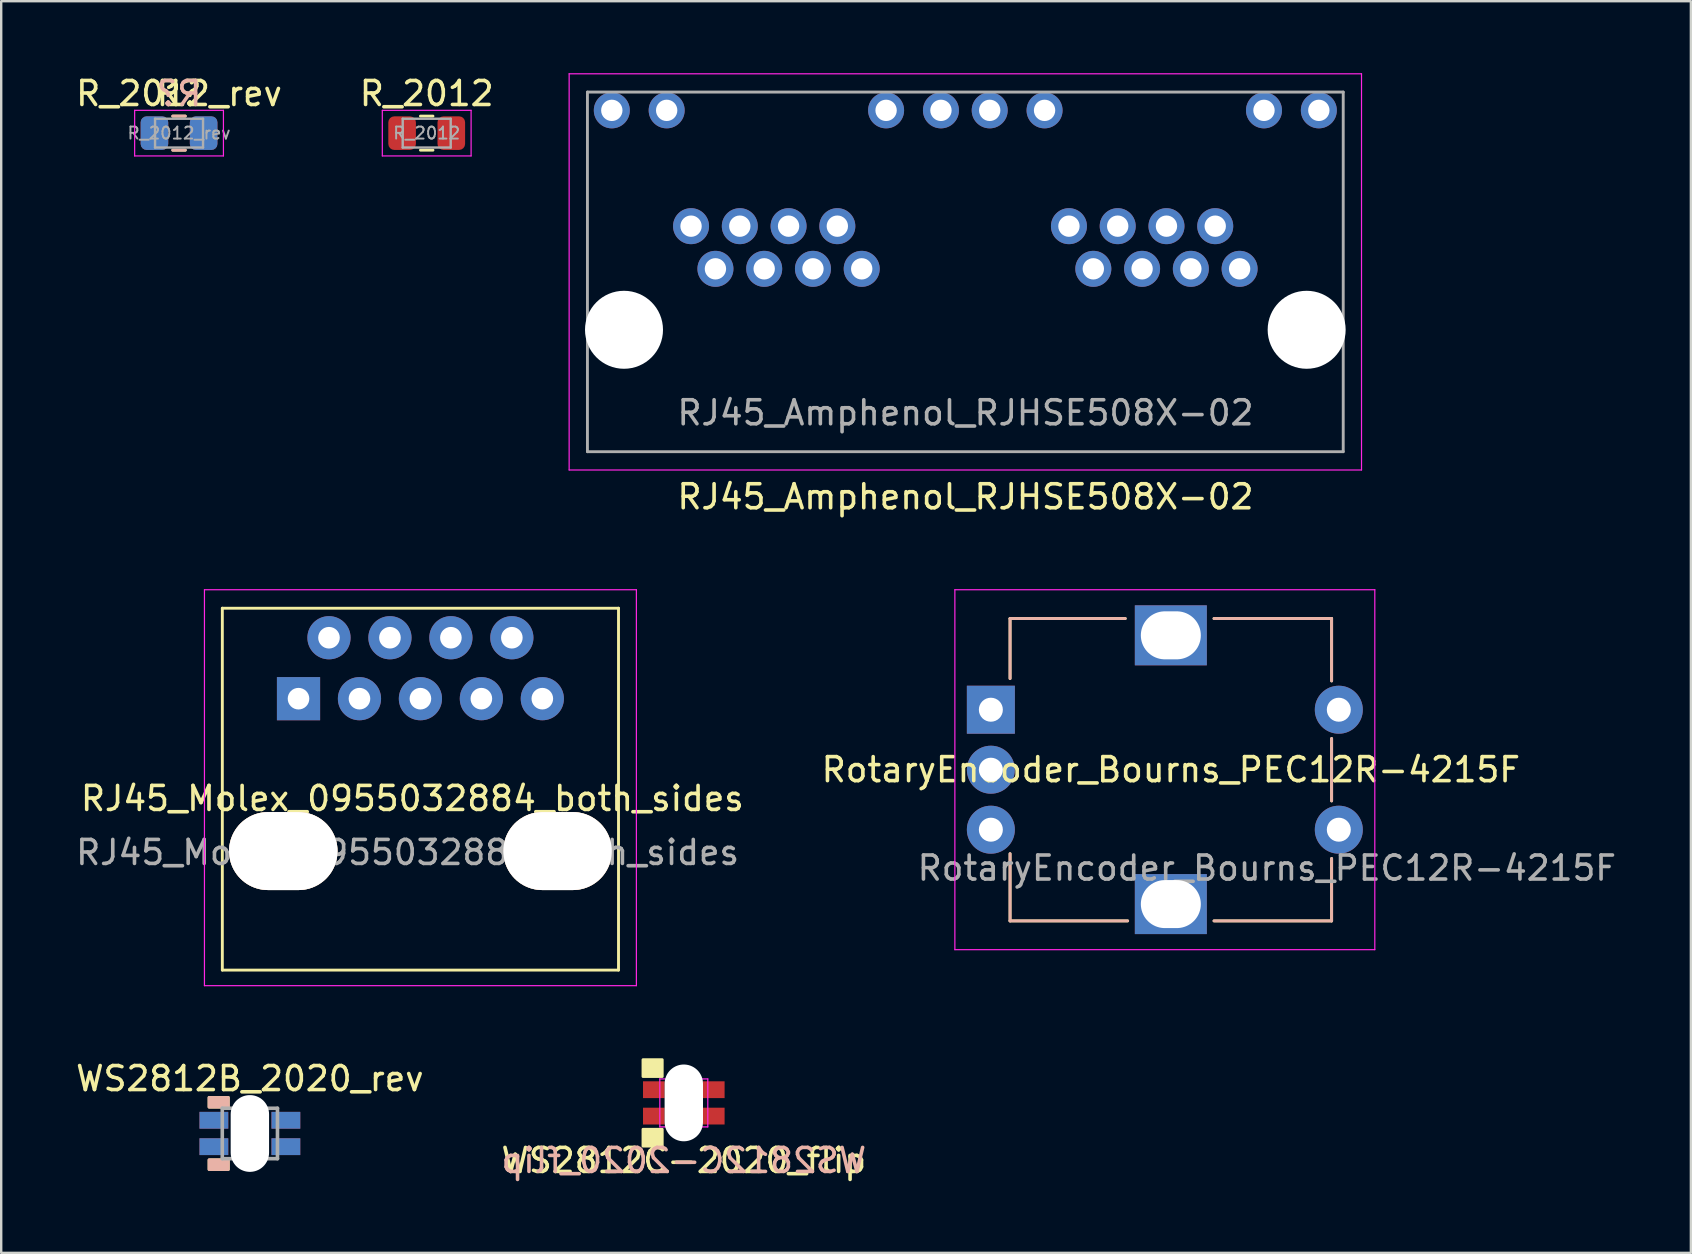
<source format=kicad_pcb>
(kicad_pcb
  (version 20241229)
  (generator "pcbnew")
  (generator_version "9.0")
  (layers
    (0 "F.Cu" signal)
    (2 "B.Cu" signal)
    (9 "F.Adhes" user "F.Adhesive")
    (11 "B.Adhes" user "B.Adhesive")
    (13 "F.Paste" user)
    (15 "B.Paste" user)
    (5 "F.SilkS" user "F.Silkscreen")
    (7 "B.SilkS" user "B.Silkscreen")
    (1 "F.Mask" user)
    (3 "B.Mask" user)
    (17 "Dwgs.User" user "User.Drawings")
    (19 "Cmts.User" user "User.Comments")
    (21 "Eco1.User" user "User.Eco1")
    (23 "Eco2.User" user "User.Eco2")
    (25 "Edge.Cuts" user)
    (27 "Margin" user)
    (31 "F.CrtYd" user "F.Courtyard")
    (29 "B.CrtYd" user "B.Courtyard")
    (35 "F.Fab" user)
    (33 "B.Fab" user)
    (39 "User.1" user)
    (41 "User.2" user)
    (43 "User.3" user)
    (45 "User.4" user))
  (footprint "RotaryEncoder_Bourns_PEC12R-4215F"
    (layer "F.Cu")
    (at 45.742 29.026)
    (property "Reference" "RotaryEncoder_Bourns_PEC12R-4215F" (at 0 0 0) (layer "F.SilkS") (effects (font (size 1 1) (thickness 0.15))))
    (attr through_hole)
    (fp_line (start -6.7 -6.3) (end -6.7 -3.8) (stroke (width 0.12) (type solid)) (layer "F.SilkS"))
    (fp_line (start -6.7 6.3) (end -6.7 3.5) (stroke (width 0.12) (type solid)) (layer "F.SilkS"))
    (fp_line (start -1.9 -6.3) (end -6.7 -6.3) (stroke (width 0.12) (type solid)) (layer "F.SilkS"))
    (fp_line (start -1.8 6.3) (end -6.7 6.3) (stroke (width 0.12) (type solid)) (layer "F.SilkS"))
    (fp_line (start 1.8 -6.3) (end 6.7 -6.3) (stroke (width 0.12) (type solid)) (layer "F.SilkS"))
    (fp_line (start 6.7 -6.3) (end 6.7 -3.7) (stroke (width 0.12) (type solid)) (layer "F.SilkS"))
    (fp_line (start 6.7 -1.3) (end 6.7 1.3) (stroke (width 0.12) (type solid)) (layer "F.SilkS"))
    (fp_line (start 6.7 3.7) (end 6.7 6.3) (stroke (width 0.12) (type solid)) (layer "F.SilkS"))
    (fp_line (start 6.7 6.3) (end 1.8 6.3) (stroke (width 0.12) (type solid)) (layer "F.SilkS"))
    (fp_line (start -6.7 -6.3) (end -6.7 -3.8) (stroke (width 0.12) (type solid)) (layer "B.SilkS"))
    (fp_line (start -6.7 -6.3) (end -1.9 -6.3) (stroke (width 0.12) (type solid)) (layer "B.SilkS"))
    (fp_line (start -6.7 6.3) (end -6.7 3.5) (stroke (width 0.12) (type solid)) (layer "B.SilkS"))
    (fp_line (start -6.7 6.3) (end -1.8 6.3) (stroke (width 0.12) (type solid)) (layer "B.SilkS"))
    (fp_line (start 1.8 6.3) (end 6.7 6.3) (stroke (width 0.12) (type solid)) (layer "B.SilkS"))
    (fp_line (start 6.7 -6.3) (end 1.8 -6.3) (stroke (width 0.12) (type solid)) (layer "B.SilkS"))
    (fp_line (start 6.7 -6.3) (end 6.7 -3.7) (stroke (width 0.12) (type solid)) (layer "B.SilkS"))
    (fp_line (start 6.7 -1.3) (end 6.7 1.3) (stroke (width 0.12) (type solid)) (layer "B.SilkS"))
    (fp_line (start 6.7 3.7) (end 6.7 6.3) (stroke (width 0.12) (type solid)) (layer "B.SilkS"))
    (fp_line (start -9 -7.5) (end -9 7.5) (stroke (width 0.05) (type solid)) (layer "F.CrtYd"))
    (fp_line (start -9 -7.5) (end 8.5 -7.5) (stroke (width 0.05) (type solid)) (layer "F.CrtYd"))
    (fp_line (start 8.5 7.5) (end -9 7.5) (stroke (width 0.05) (type solid)) (layer "F.CrtYd"))
    (fp_line (start 8.5 7.5) (end 8.5 -7.5) (stroke (width 0.05) (type solid)) (layer "F.CrtYd"))
    (fp_text user "${REFERENCE}" (at 4 4.1 0) (layer "F.Fab") (effects (font (size 1 1) (thickness 0.15))))
    (pad "A" thru_hole rect (at -7.5 -2.5) (size 2 2) (drill 1) (layers "*.Cu" "*.Mask"))
    (pad "B" thru_hole circle (at -7.5 2.5) (size 2 2) (drill 1) (layers "*.Cu" "*.Mask"))
    (pad "C" thru_hole circle (at -7.5 0) (size 2 2) (drill 1) (layers "*.Cu" "*.Mask"))
    (pad "MP" thru_hole rect (at 0 -5.6) (size 3 2.5) (drill oval 2.5 2) (layers "*.Cu" "*.Mask"))
    (pad "MP" thru_hole rect (at 0 5.6) (size 3 2.5) (drill oval 2.5 2) (layers "*.Cu" "*.Mask"))
    (pad "S1" thru_hole circle (at 7 -2.5) (size 2 2) (drill 1) (layers "*.Cu" "*.Mask"))
    (pad "S2" thru_hole circle (at 7 2.5) (size 2 2) (drill 1) (layers "*.Cu" "*.Mask")))
  (footprint "WS2812B_2020_rev"
    (layer "F.Cu")
    (at 7.363 44.185)
    (property "Reference" "WS2812B_2020_rev" (at 0 -2.286 0) (layer "F.SilkS") (effects (font (size 1 1) (thickness 0.15))))
    (attr through_hole)
    (fp_rect (start -1.7 -1.5) (end -0.9 -1.1) (stroke (width 0.12) (type solid)) (fill yes) (layer "F.SilkS"))
    (fp_rect (start -1.7 1.1) (end -0.9 1.5) (stroke (width 0.12) (type solid)) (fill yes) (layer "F.SilkS"))
    (fp_rect (start -0.9 -1.5) (end -1.7 -1.1) (stroke (width 0.12) (type solid)) (fill yes) (layer "B.SilkS"))
    (fp_rect (start -0.9 1.1) (end -1.7 1.5) (stroke (width 0.12) (type solid)) (fill yes) (layer "B.SilkS"))
    (fp_line (start -1.15 -1.05) (end -1.15 1.05) (stroke (width 0.15) (type solid)) (layer "F.Fab"))
    (fp_line (start -1.15 -1.05) (end 1.15 -1.05) (stroke (width 0.15) (type solid)) (layer "F.Fab"))
    (fp_line (start 1.15 -1.05) (end 1.15 1.05) (stroke (width 0.15) (type solid)) (layer "F.Fab"))
    (fp_line (start 1.15 1.05) (end -1.15 1.05) (stroke (width 0.15) (type solid)) (layer "F.Fab"))
    (pad "" np_thru_hole oval (at 0 0) (size 1.6 3.2) (drill oval 1.6 3.2) (layers "*.Cu" "*.Mask"))
    (pad "1" smd rect (at -1.5 0.55) (size 1.2 0.7) (layers "F.Cu" "F.Mask" "F.Paste"))
    (pad "2" smd rect (at -1.5 -0.55) (size 1.2 0.7) (layers "F.Cu" "F.Mask" "F.Paste"))
    (pad "3" smd rect (at 1.5 -0.55) (size 1.2 0.7) (layers "F.Cu" "F.Mask" "F.Paste"))
    (pad "4" smd rect (at 1.5 0.55) (size 1.2 0.7) (layers "F.Cu" "F.Mask" "F.Paste"))
    (pad "5" smd rect (at -1.5 -0.55) (size 1.2 0.7) (layers "B.Cu" "B.Mask" "B.Paste"))
    (pad "6" smd rect (at -1.5 0.55) (size 1.2 0.7) (layers "B.Cu" "B.Mask" "B.Paste"))
    (pad "7" smd rect (at 1.5 0.55) (size 1.2 0.7) (layers "B.Cu" "B.Mask" "B.Paste"))
    (pad "8" smd rect (at 1.5 -0.55) (size 1.2 0.7) (layers "B.Cu" "B.Mask" "B.Paste")))
  (footprint "RJ45_Molex_0955032884_both_sides"
    (layer "F.Cu")
    (at 14.47 23.526)
    (property "Reference" "RJ45_Molex_0955032884_both_sides" (at -0.335 6.7 0) (layer "F.SilkS") (effects (font (size 1 1) (thickness 0.15))))
    (attr through_hole)
    (fp_line (start -8.255 -1.23) (end -8.255 13.85) (stroke (width 0.12) (type solid)) (layer "F.SilkS"))
    (fp_line (start 8.255 -1.23) (end -8.255 -1.23) (stroke (width 0.12) (type solid)) (layer "F.SilkS"))
    (fp_line (start 8.255 -1.23) (end 8.255 13.85) (stroke (width 0.12) (type solid)) (layer "F.SilkS"))
    (fp_line (start 8.255 13.85) (end -8.255 13.85) (stroke (width 0.12) (type solid)) (layer "F.SilkS"))
    (fp_line (start -9 -2) (end -9 14.5) (stroke (width 0.05) (type solid)) (layer "F.CrtYd"))
    (fp_line (start -9 -2) (end 9 -2) (stroke (width 0.05) (type solid)) (layer "F.CrtYd"))
    (fp_line (start -9 14.5) (end 9 14.5) (stroke (width 0.05) (type solid)) (layer "F.CrtYd"))
    (fp_line (start 9 -2) (end 9 14.5) (stroke (width 0.05) (type solid)) (layer "F.CrtYd"))
    (fp_text user "${REFERENCE}" (at -0.535 8.95 0) (layer "F.Fab") (effects (font (size 1 1) (thickness 0.15))))
    (pad "" np_thru_hole oval (at -5.715 8.89) (size 4.52 3.25) (drill oval 4.52 3.25) (layers "*.Cu" "*.SilkS" "*.Mask"))
    (pad "" np_thru_hole oval (at 5.715 8.89) (size 4.52 3.25) (drill oval 4.52 3.25) (layers "*.Cu" "*.SilkS" "*.Mask"))
    (pad "1" thru_hole rect (at -5.08 2.54) (size 1.8 1.8) (drill 0.9) (layers "*.Cu" "*.Mask"))
    (pad "2" thru_hole circle (at -3.81 0) (size 1.8 1.8) (drill 0.9) (layers "*.Cu" "*.Mask"))
    (pad "3" thru_hole circle (at -2.54 2.54) (size 1.8 1.8) (drill 0.9) (layers "*.Cu" "*.Mask"))
    (pad "4" thru_hole circle (at -1.27 0) (size 1.8 1.8) (drill 0.9) (layers "*.Cu" "*.Mask"))
    (pad "5" thru_hole circle (at 0 2.54) (size 1.8 1.8) (drill 0.9) (layers "*.Cu" "*.Mask"))
    (pad "6" thru_hole circle (at 1.27 0) (size 1.8 1.8) (drill 0.9) (layers "*.Cu" "*.Mask"))
    (pad "7" thru_hole circle (at 2.54 2.54) (size 1.8 1.8) (drill 0.9) (layers "*.Cu" "*.Mask"))
    (pad "8" thru_hole circle (at 3.81 0) (size 1.8 1.8) (drill 0.9) (layers "*.Cu" "*.Mask"))
    (pad "9" thru_hole circle (at 5.08 2.54) (size 1.8 1.8) (drill 0.9) (layers "*.Cu" "*.Mask")))
  (footprint "R_2012_rev"
    (layer "F.Cu")
    (at 4.411 2.498)
    (property "Reference" "R_2012_rev" (at 0 -1.65 0) (layer "F.SilkS") (effects (font (size 1 1) (thickness 0.15))))
    (attr smd)
    (fp_line (start -0.261 -0.71) (end 0.261 -0.71) (stroke (width 0.12) (type solid)) (layer "F.SilkS"))
    (fp_line (start -0.261 0.71) (end 0.261 0.71) (stroke (width 0.12) (type solid)) (layer "F.SilkS"))
    (fp_line (start -0.261 -0.71) (end 0.261 -0.71) (stroke (width 0.12) (type solid)) (layer "B.SilkS"))
    (fp_line (start -0.261 0.71) (end 0.261 0.71) (stroke (width 0.12) (type solid)) (layer "B.SilkS"))
    (fp_line (start -1.85 -0.95) (end 1.85 -0.95) (stroke (width 0.05) (type solid)) (layer "F.CrtYd"))
    (fp_line (start -1.85 0.95) (end -1.85 -0.95) (stroke (width 0.05) (type solid)) (layer "F.CrtYd"))
    (fp_line (start 1.85 -0.95) (end 1.85 0.95) (stroke (width 0.05) (type solid)) (layer "F.CrtYd"))
    (fp_line (start 1.85 0.95) (end -1.85 0.95) (stroke (width 0.05) (type solid)) (layer "F.CrtYd"))
    (fp_line (start -1 -0.6) (end 1 -0.6) (stroke (width 0.1) (type solid)) (layer "F.Fab"))
    (fp_line (start -1 0.6) (end -1 -0.6) (stroke (width 0.1) (type solid)) (layer "F.Fab"))
    (fp_line (start 1 -0.6) (end 1 0.6) (stroke (width 0.1) (type solid)) (layer "F.Fab"))
    (fp_line (start 1 0.6) (end -1 0.6) (stroke (width 0.1) (type solid)) (layer "F.Fab"))
    (fp_text user "R?" (at 0 -1.65 0) (layer "F.SilkS") (effects (font (size 1 1) (thickness 0.15))))
    (fp_text user "R?" (at 0 -1.65 0) (layer "B.SilkS") (effects (font (size 1 1) (thickness 0.15)) (justify mirror)))
    (fp_text user "${REFERENCE}" (at 0 0 0) (layer "F.Fab") (effects (font (size 0.5 0.5) (thickness 0.08))))
    (pad "1" smd roundrect (at -1.025 0) (size 1.15 1.4) (layers "F.Cu" "F.Mask" "F.Paste") (roundrect_rratio 0.217))
    (pad "1" smd roundrect (at -1.025 0) (size 1.15 1.4) (layers "B.Cu" "B.Mask" "B.Paste") (roundrect_rratio 0.217))
    (pad "2" smd roundrect (at 1.025 0) (size 1.15 1.4) (layers "F.Cu" "F.Mask" "F.Paste") (roundrect_rratio 0.217))
    (pad "2" smd roundrect (at 1.025 0) (size 1.15 1.4) (layers "B.Cu" "B.Mask" "B.Paste") (roundrect_rratio 0.217)))
  (footprint "WS2812C-2020_flip"
    (layer "F.Cu")
    (at 25.446 42.911)
    (property "Reference" "WS2812C-2020_flip" (at 0 2.4 0) (layer "F.SilkS") (effects (font (size 1 1) (thickness 0.15))))
    (attr through_hole)
    (fp_rect (start -0.9 -1.1) (end -1.7 -1.8) (stroke (width 0.12) (type solid)) (fill yes) (layer "F.SilkS"))
    (fp_rect (start -0.9 1.8) (end -1.7 1.1) (stroke (width 0.12) (type solid)) (fill yes) (layer "F.SilkS"))
    (fp_line (start -0.75 0.9) (end -0.75 -0.9) (stroke (width 0.01) (type solid)) (layer "Eco1.User"))
    (fp_line (start -0.6 -1.05) (end 0.6 -1.05) (stroke (width 0.01) (type solid)) (layer "Eco1.User"))
    (fp_line (start 0.6 1.05) (end -0.6 1.05) (stroke (width 0.01) (type solid)) (layer "Eco1.User"))
    (fp_line (start 0.75 -0.9) (end 0.75 0.9) (stroke (width 0.01) (type solid)) (layer "Eco1.User"))
    (fp_arc (start -0.75 -0.9) (mid -0.706066 -1.006066) (end -0.6 -1.05) (stroke (width 0.01) (type solid)) (layer "Eco1.User"))
    (fp_arc (start -0.6 1.05) (mid -0.706066 1.006066) (end -0.75 0.9) (stroke (width 0.01) (type solid)) (layer "Eco1.User"))
    (fp_arc (start 0.6 -1.05) (mid 0.706066 -1.006066) (end 0.75 -0.9) (stroke (width 0.01) (type solid)) (layer "Eco1.User"))
    (fp_arc (start 0.75 0.9) (mid 0.706066 1.006066) (end 0.6 1.05) (stroke (width 0.01) (type solid)) (layer "Eco1.User"))
    (fp_line (start -1 -1) (end -1 1) (stroke (width 0.05) (type solid)) (layer "F.CrtYd"))
    (fp_line (start -1 -1) (end 1 -1) (stroke (width 0.05) (type solid)) (layer "F.CrtYd"))
    (fp_line (start 1 1) (end -1 1) (stroke (width 0.05) (type solid)) (layer "F.CrtYd"))
    (fp_line (start 1 1) (end 1 -1) (stroke (width 0.05) (type solid)) (layer "F.CrtYd"))
    (fp_text user "${REFERENCE}" (at 0 2.4 0) (unlocked yes) (layer "B.SilkS") (effects (font (size 1 1) (thickness 0.15)) (justify mirror)))
    (pad "" np_thru_hole oval (at 0 0) (size 1.6 3.2) (drill oval 1.6 3.2) (layers "*.Cu" "*.Mask"))
    (pad "1" smd rect (at -1.25 0.55) (size 0.9 0.7) (layers "F.Cu" "F.Mask" "F.Paste"))
    (pad "2" smd rect (at -1.25 -0.55) (size 0.9 0.7) (layers "F.Cu" "F.Mask" "F.Paste"))
    (pad "3" smd rect (at 1.25 -0.55) (size 0.9 0.7) (layers "F.Cu" "F.Mask" "F.Paste"))
    (pad "4" smd rect (at 1.25 0.55) (size 0.9 0.7) (layers "F.Cu" "F.Mask" "F.Paste")))
  (footprint "R_2012"
    (layer "F.Cu")
    (at 14.732 2.498)
    (property "Reference" "R_2012" (at 0 -1.65 0) (layer "F.SilkS") (effects (font (size 1 1) (thickness 0.15))))
    (attr smd)
    (fp_line (start -0.261 -0.71) (end 0.261 -0.71) (stroke (width 0.12) (type solid)) (layer "F.SilkS"))
    (fp_line (start -0.261 0.71) (end 0.261 0.71) (stroke (width 0.12) (type solid)) (layer "F.SilkS"))
    (fp_line (start -1.85 -0.95) (end 1.85 -0.95) (stroke (width 0.05) (type solid)) (layer "F.CrtYd"))
    (fp_line (start -1.85 0.95) (end -1.85 -0.95) (stroke (width 0.05) (type solid)) (layer "F.CrtYd"))
    (fp_line (start 1.85 -0.95) (end 1.85 0.95) (stroke (width 0.05) (type solid)) (layer "F.CrtYd"))
    (fp_line (start 1.85 0.95) (end -1.85 0.95) (stroke (width 0.05) (type solid)) (layer "F.CrtYd"))
    (fp_line (start -1 -0.6) (end 1 -0.6) (stroke (width 0.1) (type solid)) (layer "F.Fab"))
    (fp_line (start -1 0.6) (end -1 -0.6) (stroke (width 0.1) (type solid)) (layer "F.Fab"))
    (fp_line (start 1 -0.6) (end 1 0.6) (stroke (width 0.1) (type solid)) (layer "F.Fab"))
    (fp_line (start 1 0.6) (end -1 0.6) (stroke (width 0.1) (type solid)) (layer "F.Fab"))
    (fp_text user "${REFERENCE}" (at 0 0 0) (layer "F.Fab") (effects (font (size 0.5 0.5) (thickness 0.08))))
    (pad "1" smd roundrect (at -1.025 0) (size 1.15 1.4) (layers "F.Cu" "F.Mask" "F.Paste") (roundrect_rratio 0.217))
    (pad "2" smd roundrect (at 1.025 0) (size 1.15 1.4) (layers "F.Cu" "F.Mask" "F.Paste") (roundrect_rratio 0.217)))
  (footprint "RJ45_Amphenol_RJHSE508X-02"
    (layer "F.Cu")
    (at 37.178 10.693)
    (property "Reference" "RJ45_Amphenol_RJHSE508X-02" (at 0.006 6.96 180) (layer "F.SilkS") (effects (font (size 1 1) (thickness 0.15))))
    (attr through_hole)
    (fp_line (start -16.51 5.842) (end -16.51 -10.668) (stroke (width 0.05) (type solid)) (layer "F.CrtYd"))
    (fp_line (start 16.51 -10.668) (end -16.51 -10.668) (stroke (width 0.05) (type solid)) (layer "F.CrtYd"))
    (fp_line (start 16.51 5.842) (end -16.51 5.842) (stroke (width 0.05) (type solid)) (layer "F.CrtYd"))
    (fp_line (start 16.51 5.842) (end 16.51 -10.668) (stroke (width 0.05) (type solid)) (layer "F.CrtYd"))
    (fp_line (start -15.748 5.08) (end -15.748 -9.906) (stroke (width 0.12) (type solid)) (layer "F.Fab"))
    (fp_line (start 15.748 -9.906) (end -15.748 -9.906) (stroke (width 0.12) (type solid)) (layer "F.Fab"))
    (fp_line (start 15.748 -9.906) (end 15.748 5.08) (stroke (width 0.12) (type solid)) (layer "F.Fab"))
    (fp_line (start 15.748 5.08) (end -15.748 5.08) (stroke (width 0.12) (type solid)) (layer "F.Fab"))
    (fp_text user "${REFERENCE}" (at 0.006 3.46 180) (layer "F.Fab") (effects (font (size 1 1) (thickness 0.15))))
    (pad "" np_thru_hole circle (at -14.224 0 180) (size 3.25 3.25) (drill 3.25) (layers "*.Cu" "*.Mask"))
    (pad "" np_thru_hole circle (at 14.224 0 180) (size 3.25 3.25) (drill 3.25) (layers "*.Cu" "*.Mask"))
    (pad "1" thru_hole circle (at 11.43 -2.54 180) (size 1.5 1.5) (drill 0.89) (layers "*.Cu" "*.Mask"))
    (pad "2" thru_hole circle (at 10.414 -4.318 180) (size 1.5 1.5) (drill 0.89) (layers "*.Cu" "*.Mask"))
    (pad "3" thru_hole circle (at 9.398 -2.54 180) (size 1.5 1.5) (drill 0.89) (layers "*.Cu" "*.Mask"))
    (pad "4" thru_hole circle (at 8.382 -4.318 180) (size 1.5 1.5) (drill 0.89) (layers "*.Cu" "*.Mask"))
    (pad "5" thru_hole circle (at 7.366 -2.54 180) (size 1.5 1.5) (drill 0.89) (layers "*.Cu" "*.Mask"))
    (pad "6" thru_hole circle (at 6.35 -4.318 180) (size 1.5 1.5) (drill 0.89) (layers "*.Cu" "*.Mask"))
    (pad "7" thru_hole circle (at 5.334 -2.54 180) (size 1.5 1.5) (drill 0.89) (layers "*.Cu" "*.Mask"))
    (pad "8" thru_hole circle (at 4.318 -4.318 180) (size 1.5 1.5) (drill 0.89) (layers "*.Cu" "*.Mask"))
    (pad "9" thru_hole circle (at 14.732 -9.144 180) (size 1.5 1.5) (drill 0.89) (layers "*.Cu" "*.Mask"))
    (pad "10" thru_hole circle (at 12.446 -9.144 180) (size 1.5 1.5) (drill 0.89) (layers "*.Cu" "*.Mask"))
    (pad "11" thru_hole circle (at 3.302 -9.144 180) (size 1.5 1.5) (drill 0.89) (layers "*.Cu" "*.Mask"))
    (pad "12" thru_hole circle (at 1.016 -9.144 180) (size 1.5 1.5) (drill 0.89) (layers "*.Cu" "*.Mask"))
    (pad "13" thru_hole circle (at -4.318 -2.54 180) (size 1.5 1.5) (drill 0.89) (layers "*.Cu" "*.Mask"))
    (pad "14" thru_hole circle (at -5.334 -4.318 180) (size 1.5 1.5) (drill 0.89) (layers "*.Cu" "*.Mask"))
    (pad "15" thru_hole circle (at -6.35 -2.54 180) (size 1.5 1.5) (drill 0.89) (layers "*.Cu" "*.Mask"))
    (pad "16" thru_hole circle (at -7.366 -4.318 180) (size 1.5 1.5) (drill 0.89) (layers "*.Cu" "*.Mask"))
    (pad "17" thru_hole circle (at -8.382 -2.54 180) (size 1.5 1.5) (drill 0.89) (layers "*.Cu" "*.Mask"))
    (pad "18" thru_hole circle (at -9.398 -4.318 180) (size 1.5 1.5) (drill 0.89) (layers "*.Cu" "*.Mask"))
    (pad "19" thru_hole circle (at -10.414 -2.54 180) (size 1.5 1.5) (drill 0.89) (layers "*.Cu" "*.Mask"))
    (pad "20" thru_hole circle (at -11.43 -4.318 180) (size 1.5 1.5) (drill 0.89) (layers "*.Cu" "*.Mask"))
    (pad "21" thru_hole circle (at -1.016 -9.144 180) (size 1.5 1.5) (drill 0.89) (layers "*.Cu" "*.Mask"))
    (pad "22" thru_hole circle (at -3.302 -9.144 180) (size 1.5 1.5) (drill 0.89) (layers "*.Cu" "*.Mask"))
    (pad "23" thru_hole circle (at -12.446 -9.144 180) (size 1.5 1.5) (drill 0.89) (layers "*.Cu" "*.Mask"))
    (pad "24" thru_hole circle (at -14.732 -9.144 180) (size 1.5 1.5) (drill 0.89) (layers "*.Cu" "*.Mask")))
  (gr_rect
    (start -3 -3)
    (end 67.414 49.16)
    (stroke (width 0.1) (type default))
    (fill no)
    (layer "Edge.Cuts")))
</source>
